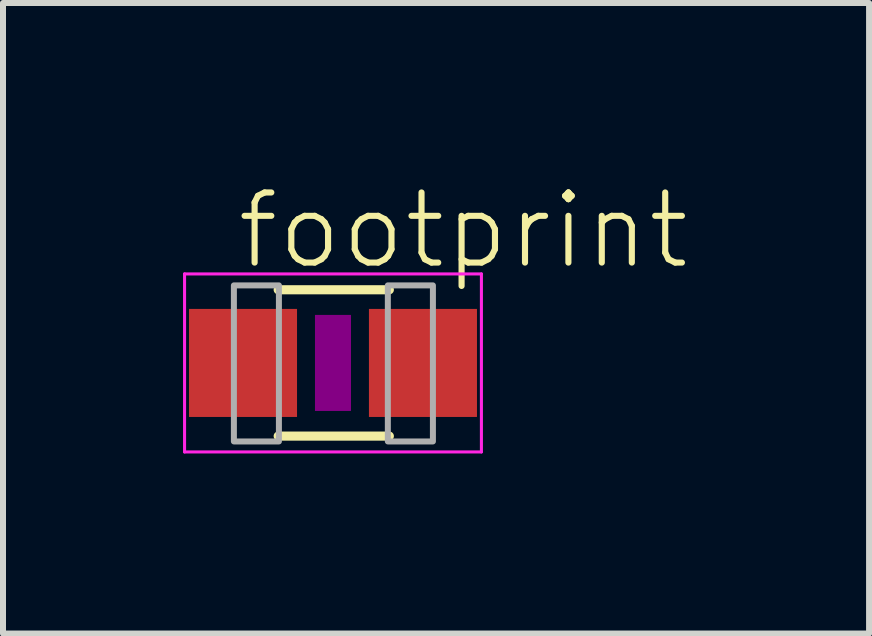
<source format=kicad_pcb>
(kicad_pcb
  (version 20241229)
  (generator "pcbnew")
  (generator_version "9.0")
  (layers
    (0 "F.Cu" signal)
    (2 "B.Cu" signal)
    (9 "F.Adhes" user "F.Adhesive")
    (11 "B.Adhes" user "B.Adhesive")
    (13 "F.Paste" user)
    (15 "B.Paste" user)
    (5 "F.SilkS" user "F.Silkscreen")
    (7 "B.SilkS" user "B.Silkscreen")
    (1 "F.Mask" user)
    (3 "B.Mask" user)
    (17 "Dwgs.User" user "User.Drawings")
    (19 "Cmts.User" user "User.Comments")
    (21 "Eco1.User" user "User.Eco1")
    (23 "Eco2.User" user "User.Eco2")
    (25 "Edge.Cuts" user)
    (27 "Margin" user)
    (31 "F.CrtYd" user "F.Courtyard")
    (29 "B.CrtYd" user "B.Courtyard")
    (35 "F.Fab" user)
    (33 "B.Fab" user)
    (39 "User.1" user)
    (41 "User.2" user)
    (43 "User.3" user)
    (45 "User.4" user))
  (footprint "footprint"
    (layer "F.Cu")
    (at 2.498 2.997)
    (property "Reference" "footprint" (at -1.651 -1.524 0) (layer "F.SilkS") (effects (font (size 1.168 1.168) (thickness 0.102)) (justify left bottom)))
    (fp_line (start -0.913 -1.219) (end 0.939 -1.219) (stroke (width 0.152) (type solid)) (layer "F.SilkS"))
    (fp_line (start -0.913 1.219) (end 0.939 1.219) (stroke (width 0.152) (type solid)) (layer "F.SilkS"))
    (fp_poly (pts (xy -0.3 0.8) (xy 0.3 0.8) (xy 0.3 -0.8) (xy -0.3 -0.8)) (stroke (width 0) (type solid)) (fill yes) (layer "F.Adhes"))
    (fp_line (start -2.473 -1.483) (end 2.473 -1.483) (stroke (width 0.051) (type solid)) (layer "F.CrtYd"))
    (fp_line (start -2.473 1.483) (end -2.473 -1.483) (stroke (width 0.051) (type solid)) (layer "F.CrtYd"))
    (fp_line (start 2.473 -1.483) (end 2.473 1.483) (stroke (width 0.051) (type solid)) (layer "F.CrtYd"))
    (fp_line (start 2.473 1.483) (end -2.473 1.483) (stroke (width 0.051) (type solid)) (layer "F.CrtYd"))
    (fp_poly (pts (xy -1.651 1.308) (xy -0.901 1.308) (xy -0.901 -1.292) (xy -1.651 -1.292)) (stroke (width 0.1) (type solid)) (fill no) (layer "F.Fab"))
    (fp_poly (pts (xy 0.914 1.308) (xy 1.665 1.308) (xy 1.665 -1.292) (xy 0.914 -1.292)) (stroke (width 0.1) (type solid)) (fill no) (layer "F.Fab"))
    (pad "1" smd rect (at -1.499 0) (size 1.8 1.8) (layers "F.Cu" "F.Mask" "F.Paste"))
    (pad "2" smd rect (at 1.499 0) (size 1.8 1.8) (layers "F.Cu" "F.Mask" "F.Paste")))
  (gr_rect
    (start -3 -3)
    (end 11.43 7.506)
    (stroke (width 0.1) (type default))
    (fill no)
    (layer "Edge.Cuts")))
</source>
